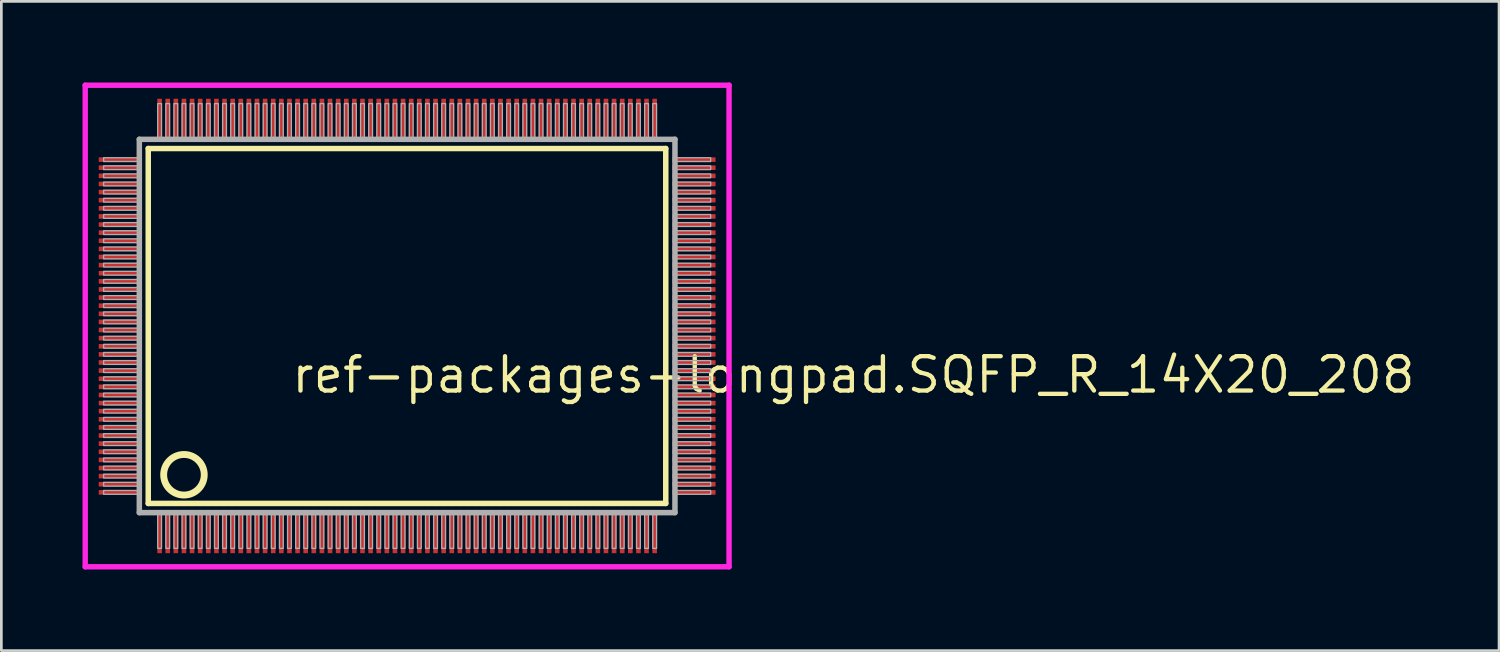
<source format=kicad_pcb>
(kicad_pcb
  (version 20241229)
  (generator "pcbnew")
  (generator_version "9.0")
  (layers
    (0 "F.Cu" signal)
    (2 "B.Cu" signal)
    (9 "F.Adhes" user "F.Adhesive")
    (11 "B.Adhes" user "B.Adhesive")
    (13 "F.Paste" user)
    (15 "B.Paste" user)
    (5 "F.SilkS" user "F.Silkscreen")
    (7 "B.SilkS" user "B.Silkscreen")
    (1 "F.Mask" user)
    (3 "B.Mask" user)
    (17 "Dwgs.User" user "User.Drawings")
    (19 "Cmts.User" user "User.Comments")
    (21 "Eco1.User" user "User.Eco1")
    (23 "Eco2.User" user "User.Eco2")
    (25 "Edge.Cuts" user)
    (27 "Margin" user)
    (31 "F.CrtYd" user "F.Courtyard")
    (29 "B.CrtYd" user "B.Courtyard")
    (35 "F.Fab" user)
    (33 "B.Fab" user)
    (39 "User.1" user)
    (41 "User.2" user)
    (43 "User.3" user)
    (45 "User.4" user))
  (footprint "ref-packages-longpad.SQFP_R_14X20_208"
    (layer "F.Cu")
    (at 12 9)
    (property "Reference" "ref-packages-longpad.SQFP_R_14X20_208" (at -4.35 2.55 0) (layer "F.SilkS") (effects (font (size 1.27 1.27) (thickness 0.16)) (justify left bottom)))
    (attr smd)
    (fp_line (start -9.57 -6.56) (end 9.56 -6.56) (stroke (width 0.203) (type default)) (layer "F.SilkS"))
    (fp_line (start -9.57 6.56) (end -9.57 -6.56) (stroke (width 0.203) (type default)) (layer "F.SilkS"))
    (fp_line (start 9.56 -6.56) (end 9.56 6.56) (stroke (width 0.203) (type default)) (layer "F.SilkS"))
    (fp_line (start 9.56 6.56) (end -9.57 6.56) (stroke (width 0.203) (type default)) (layer "F.SilkS"))
    (fp_circle (center -8.25 5.5) (end -7.5 5.5) (stroke (width 0.254) (type default)) (fill no) (layer "F.SilkS"))
    (fp_line (start -11.9 -8.9) (end 11.9 -8.9) (stroke (width 0.2) (type default)) (layer "F.CrtYd"))
    (fp_line (start -11.9 8.9) (end -11.9 -8.9) (stroke (width 0.2) (type default)) (layer "F.CrtYd"))
    (fp_line (start 11.9 -8.9) (end 11.9 8.9) (stroke (width 0.2) (type default)) (layer "F.CrtYd"))
    (fp_line (start 11.9 8.9) (end -11.9 8.9) (stroke (width 0.2) (type default)) (layer "F.CrtYd"))
    (fp_line (start -9.9 -6.9) (end -9.9 6.9) (stroke (width 0.203) (type default)) (layer "F.Fab"))
    (fp_line (start -9.9 6.9) (end 9.9 6.9) (stroke (width 0.203) (type default)) (layer "F.Fab"))
    (fp_line (start 9.9 -6.9) (end -9.9 -6.9) (stroke (width 0.203) (type default)) (layer "F.Fab"))
    (fp_line (start 9.9 6.9) (end 9.9 -6.9) (stroke (width 0.203) (type default)) (layer "F.Fab"))
    (fp_rect (start -11.22 -6.08) (end -9.95 -6.22) (stroke (width 0.05) (type default)) (fill no) (layer "F.Fab"))
    (fp_rect (start -11.22 -5.78) (end -9.95 -5.92) (stroke (width 0.05) (type default)) (fill no) (layer "F.Fab"))
    (fp_rect (start -11.22 -5.48) (end -9.95 -5.62) (stroke (width 0.05) (type default)) (fill no) (layer "F.Fab"))
    (fp_rect (start -11.22 -5.18) (end -9.95 -5.32) (stroke (width 0.05) (type default)) (fill no) (layer "F.Fab"))
    (fp_rect (start -11.22 -4.88) (end -9.95 -5.02) (stroke (width 0.05) (type default)) (fill no) (layer "F.Fab"))
    (fp_rect (start -11.22 -4.58) (end -9.95 -4.72) (stroke (width 0.05) (type default)) (fill no) (layer "F.Fab"))
    (fp_rect (start -11.22 -4.28) (end -9.95 -4.42) (stroke (width 0.05) (type default)) (fill no) (layer "F.Fab"))
    (fp_rect (start -11.22 -3.98) (end -9.95 -4.12) (stroke (width 0.05) (type default)) (fill no) (layer "F.Fab"))
    (fp_rect (start -11.22 -3.68) (end -9.95 -3.82) (stroke (width 0.05) (type default)) (fill no) (layer "F.Fab"))
    (fp_rect (start -11.22 -3.38) (end -9.95 -3.52) (stroke (width 0.05) (type default)) (fill no) (layer "F.Fab"))
    (fp_rect (start -11.22 -3.08) (end -9.95 -3.22) (stroke (width 0.05) (type default)) (fill no) (layer "F.Fab"))
    (fp_rect (start -11.22 -2.78) (end -9.95 -2.92) (stroke (width 0.05) (type default)) (fill no) (layer "F.Fab"))
    (fp_rect (start -11.22 -2.48) (end -9.95 -2.62) (stroke (width 0.05) (type default)) (fill no) (layer "F.Fab"))
    (fp_rect (start -11.22 -2.18) (end -9.95 -2.32) (stroke (width 0.05) (type default)) (fill no) (layer "F.Fab"))
    (fp_rect (start -11.22 -1.88) (end -9.95 -2.02) (stroke (width 0.05) (type default)) (fill no) (layer "F.Fab"))
    (fp_rect (start -11.22 -1.58) (end -9.95 -1.72) (stroke (width 0.05) (type default)) (fill no) (layer "F.Fab"))
    (fp_rect (start -11.22 -1.28) (end -9.95 -1.42) (stroke (width 0.05) (type default)) (fill no) (layer "F.Fab"))
    (fp_rect (start -11.22 -0.98) (end -9.95 -1.12) (stroke (width 0.05) (type default)) (fill no) (layer "F.Fab"))
    (fp_rect (start -11.22 -0.68) (end -9.95 -0.82) (stroke (width 0.05) (type default)) (fill no) (layer "F.Fab"))
    (fp_rect (start -11.22 -0.38) (end -9.95 -0.52) (stroke (width 0.05) (type default)) (fill no) (layer "F.Fab"))
    (fp_rect (start -11.22 -0.08) (end -9.95 -0.22) (stroke (width 0.05) (type default)) (fill no) (layer "F.Fab"))
    (fp_rect (start -11.22 0.22) (end -9.95 0.08) (stroke (width 0.05) (type default)) (fill no) (layer "F.Fab"))
    (fp_rect (start -11.22 0.52) (end -9.95 0.38) (stroke (width 0.05) (type default)) (fill no) (layer "F.Fab"))
    (fp_rect (start -11.22 0.82) (end -9.95 0.68) (stroke (width 0.05) (type default)) (fill no) (layer "F.Fab"))
    (fp_rect (start -11.22 1.12) (end -9.95 0.98) (stroke (width 0.05) (type default)) (fill no) (layer "F.Fab"))
    (fp_rect (start -11.22 1.42) (end -9.95 1.28) (stroke (width 0.05) (type default)) (fill no) (layer "F.Fab"))
    (fp_rect (start -11.22 1.72) (end -9.95 1.58) (stroke (width 0.05) (type default)) (fill no) (layer "F.Fab"))
    (fp_rect (start -11.22 2.02) (end -9.95 1.88) (stroke (width 0.05) (type default)) (fill no) (layer "F.Fab"))
    (fp_rect (start -11.22 2.32) (end -9.95 2.18) (stroke (width 0.05) (type default)) (fill no) (layer "F.Fab"))
    (fp_rect (start -11.22 2.62) (end -9.95 2.48) (stroke (width 0.05) (type default)) (fill no) (layer "F.Fab"))
    (fp_rect (start -11.22 2.92) (end -9.95 2.78) (stroke (width 0.05) (type default)) (fill no) (layer "F.Fab"))
    (fp_rect (start -11.22 3.22) (end -9.95 3.08) (stroke (width 0.05) (type default)) (fill no) (layer "F.Fab"))
    (fp_rect (start -11.22 3.52) (end -9.95 3.38) (stroke (width 0.05) (type default)) (fill no) (layer "F.Fab"))
    (fp_rect (start -11.22 3.82) (end -9.95 3.68) (stroke (width 0.05) (type default)) (fill no) (layer "F.Fab"))
    (fp_rect (start -11.22 4.12) (end -9.95 3.98) (stroke (width 0.05) (type default)) (fill no) (layer "F.Fab"))
    (fp_rect (start -11.22 4.42) (end -9.95 4.28) (stroke (width 0.05) (type default)) (fill no) (layer "F.Fab"))
    (fp_rect (start -11.22 4.72) (end -9.95 4.58) (stroke (width 0.05) (type default)) (fill no) (layer "F.Fab"))
    (fp_rect (start -11.22 5.02) (end -9.95 4.88) (stroke (width 0.05) (type default)) (fill no) (layer "F.Fab"))
    (fp_rect (start -11.22 5.32) (end -9.95 5.18) (stroke (width 0.05) (type default)) (fill no) (layer "F.Fab"))
    (fp_rect (start -11.22 5.62) (end -9.95 5.48) (stroke (width 0.05) (type default)) (fill no) (layer "F.Fab"))
    (fp_rect (start -11.22 5.92) (end -9.95 5.78) (stroke (width 0.05) (type default)) (fill no) (layer "F.Fab"))
    (fp_rect (start -11.22 6.22) (end -9.95 6.08) (stroke (width 0.05) (type default)) (fill no) (layer "F.Fab"))
    (fp_rect (start -9.22 -6.95) (end -9.08 -8.22) (stroke (width 0.05) (type default)) (fill no) (layer "F.Fab"))
    (fp_rect (start -9.22 8.22) (end -9.08 6.95) (stroke (width 0.05) (type default)) (fill no) (layer "F.Fab"))
    (fp_rect (start -8.92 -6.95) (end -8.78 -8.22) (stroke (width 0.05) (type default)) (fill no) (layer "F.Fab"))
    (fp_rect (start -8.92 8.22) (end -8.78 6.95) (stroke (width 0.05) (type default)) (fill no) (layer "F.Fab"))
    (fp_rect (start -8.62 -6.95) (end -8.48 -8.22) (stroke (width 0.05) (type default)) (fill no) (layer "F.Fab"))
    (fp_rect (start -8.62 8.22) (end -8.48 6.95) (stroke (width 0.05) (type default)) (fill no) (layer "F.Fab"))
    (fp_rect (start -8.32 -6.95) (end -8.18 -8.22) (stroke (width 0.05) (type default)) (fill no) (layer "F.Fab"))
    (fp_rect (start -8.32 8.22) (end -8.18 6.95) (stroke (width 0.05) (type default)) (fill no) (layer "F.Fab"))
    (fp_rect (start -8.02 -6.95) (end -7.88 -8.22) (stroke (width 0.05) (type default)) (fill no) (layer "F.Fab"))
    (fp_rect (start -8.02 8.22) (end -7.88 6.95) (stroke (width 0.05) (type default)) (fill no) (layer "F.Fab"))
    (fp_rect (start -7.72 -6.95) (end -7.58 -8.22) (stroke (width 0.05) (type default)) (fill no) (layer "F.Fab"))
    (fp_rect (start -7.72 8.22) (end -7.58 6.95) (stroke (width 0.05) (type default)) (fill no) (layer "F.Fab"))
    (fp_rect (start -7.42 -6.95) (end -7.28 -8.22) (stroke (width 0.05) (type default)) (fill no) (layer "F.Fab"))
    (fp_rect (start -7.42 8.22) (end -7.28 6.95) (stroke (width 0.05) (type default)) (fill no) (layer "F.Fab"))
    (fp_rect (start -7.12 -6.95) (end -6.98 -8.22) (stroke (width 0.05) (type default)) (fill no) (layer "F.Fab"))
    (fp_rect (start -7.12 8.22) (end -6.98 6.95) (stroke (width 0.05) (type default)) (fill no) (layer "F.Fab"))
    (fp_rect (start -6.82 -6.95) (end -6.68 -8.22) (stroke (width 0.05) (type default)) (fill no) (layer "F.Fab"))
    (fp_rect (start -6.82 8.22) (end -6.68 6.95) (stroke (width 0.05) (type default)) (fill no) (layer "F.Fab"))
    (fp_rect (start -6.52 -6.95) (end -6.38 -8.22) (stroke (width 0.05) (type default)) (fill no) (layer "F.Fab"))
    (fp_rect (start -6.52 8.22) (end -6.38 6.95) (stroke (width 0.05) (type default)) (fill no) (layer "F.Fab"))
    (fp_rect (start -6.22 -6.95) (end -6.08 -8.22) (stroke (width 0.05) (type default)) (fill no) (layer "F.Fab"))
    (fp_rect (start -6.22 8.22) (end -6.08 6.95) (stroke (width 0.05) (type default)) (fill no) (layer "F.Fab"))
    (fp_rect (start -5.92 -6.95) (end -5.78 -8.22) (stroke (width 0.05) (type default)) (fill no) (layer "F.Fab"))
    (fp_rect (start -5.92 8.22) (end -5.78 6.95) (stroke (width 0.05) (type default)) (fill no) (layer "F.Fab"))
    (fp_rect (start -5.62 -6.95) (end -5.48 -8.22) (stroke (width 0.05) (type default)) (fill no) (layer "F.Fab"))
    (fp_rect (start -5.62 8.22) (end -5.48 6.95) (stroke (width 0.05) (type default)) (fill no) (layer "F.Fab"))
    (fp_rect (start -5.32 -6.95) (end -5.18 -8.22) (stroke (width 0.05) (type default)) (fill no) (layer "F.Fab"))
    (fp_rect (start -5.32 8.22) (end -5.18 6.95) (stroke (width 0.05) (type default)) (fill no) (layer "F.Fab"))
    (fp_rect (start -5.02 -6.95) (end -4.88 -8.22) (stroke (width 0.05) (type default)) (fill no) (layer "F.Fab"))
    (fp_rect (start -5.02 8.22) (end -4.88 6.95) (stroke (width 0.05) (type default)) (fill no) (layer "F.Fab"))
    (fp_rect (start -4.72 -6.95) (end -4.58 -8.22) (stroke (width 0.05) (type default)) (fill no) (layer "F.Fab"))
    (fp_rect (start -4.72 8.22) (end -4.58 6.95) (stroke (width 0.05) (type default)) (fill no) (layer "F.Fab"))
    (fp_rect (start -4.42 -6.95) (end -4.28 -8.22) (stroke (width 0.05) (type default)) (fill no) (layer "F.Fab"))
    (fp_rect (start -4.42 8.22) (end -4.28 6.95) (stroke (width 0.05) (type default)) (fill no) (layer "F.Fab"))
    (fp_rect (start -4.12 -6.95) (end -3.98 -8.22) (stroke (width 0.05) (type default)) (fill no) (layer "F.Fab"))
    (fp_rect (start -4.12 8.22) (end -3.98 6.95) (stroke (width 0.05) (type default)) (fill no) (layer "F.Fab"))
    (fp_rect (start -3.82 -6.95) (end -3.68 -8.22) (stroke (width 0.05) (type default)) (fill no) (layer "F.Fab"))
    (fp_rect (start -3.82 8.22) (end -3.68 6.95) (stroke (width 0.05) (type default)) (fill no) (layer "F.Fab"))
    (fp_rect (start -3.52 -6.95) (end -3.38 -8.22) (stroke (width 0.05) (type default)) (fill no) (layer "F.Fab"))
    (fp_rect (start -3.52 8.22) (end -3.38 6.95) (stroke (width 0.05) (type default)) (fill no) (layer "F.Fab"))
    (fp_rect (start -3.22 -6.95) (end -3.08 -8.22) (stroke (width 0.05) (type default)) (fill no) (layer "F.Fab"))
    (fp_rect (start -3.22 8.22) (end -3.08 6.95) (stroke (width 0.05) (type default)) (fill no) (layer "F.Fab"))
    (fp_rect (start -2.92 -6.95) (end -2.78 -8.22) (stroke (width 0.05) (type default)) (fill no) (layer "F.Fab"))
    (fp_rect (start -2.92 8.22) (end -2.78 6.95) (stroke (width 0.05) (type default)) (fill no) (layer "F.Fab"))
    (fp_rect (start -2.62 -6.95) (end -2.48 -8.22) (stroke (width 0.05) (type default)) (fill no) (layer "F.Fab"))
    (fp_rect (start -2.62 8.22) (end -2.48 6.95) (stroke (width 0.05) (type default)) (fill no) (layer "F.Fab"))
    (fp_rect (start -2.32 -6.95) (end -2.18 -8.22) (stroke (width 0.05) (type default)) (fill no) (layer "F.Fab"))
    (fp_rect (start -2.32 8.22) (end -2.18 6.95) (stroke (width 0.05) (type default)) (fill no) (layer "F.Fab"))
    (fp_rect (start -2.02 -6.95) (end -1.88 -8.22) (stroke (width 0.05) (type default)) (fill no) (layer "F.Fab"))
    (fp_rect (start -2.02 8.22) (end -1.88 6.95) (stroke (width 0.05) (type default)) (fill no) (layer "F.Fab"))
    (fp_rect (start -1.72 -6.95) (end -1.58 -8.22) (stroke (width 0.05) (type default)) (fill no) (layer "F.Fab"))
    (fp_rect (start -1.72 8.22) (end -1.58 6.95) (stroke (width 0.05) (type default)) (fill no) (layer "F.Fab"))
    (fp_rect (start -1.42 -6.95) (end -1.28 -8.22) (stroke (width 0.05) (type default)) (fill no) (layer "F.Fab"))
    (fp_rect (start -1.42 8.22) (end -1.28 6.95) (stroke (width 0.05) (type default)) (fill no) (layer "F.Fab"))
    (fp_rect (start -1.12 -6.95) (end -0.98 -8.22) (stroke (width 0.05) (type default)) (fill no) (layer "F.Fab"))
    (fp_rect (start -1.12 8.22) (end -0.98 6.95) (stroke (width 0.05) (type default)) (fill no) (layer "F.Fab"))
    (fp_rect (start -0.82 -6.95) (end -0.68 -8.22) (stroke (width 0.05) (type default)) (fill no) (layer "F.Fab"))
    (fp_rect (start -0.82 8.22) (end -0.68 6.95) (stroke (width 0.05) (type default)) (fill no) (layer "F.Fab"))
    (fp_rect (start -0.52 -6.95) (end -0.38 -8.22) (stroke (width 0.05) (type default)) (fill no) (layer "F.Fab"))
    (fp_rect (start -0.52 8.22) (end -0.38 6.95) (stroke (width 0.05) (type default)) (fill no) (layer "F.Fab"))
    (fp_rect (start -0.22 -6.95) (end -0.08 -8.22) (stroke (width 0.05) (type default)) (fill no) (layer "F.Fab"))
    (fp_rect (start -0.22 8.22) (end -0.08 6.95) (stroke (width 0.05) (type default)) (fill no) (layer "F.Fab"))
    (fp_rect (start 0.08 -6.95) (end 0.22 -8.22) (stroke (width 0.05) (type default)) (fill no) (layer "F.Fab"))
    (fp_rect (start 0.08 8.22) (end 0.22 6.95) (stroke (width 0.05) (type default)) (fill no) (layer "F.Fab"))
    (fp_rect (start 0.38 -6.95) (end 0.52 -8.22) (stroke (width 0.05) (type default)) (fill no) (layer "F.Fab"))
    (fp_rect (start 0.38 8.22) (end 0.52 6.95) (stroke (width 0.05) (type default)) (fill no) (layer "F.Fab"))
    (fp_rect (start 0.68 -6.95) (end 0.82 -8.22) (stroke (width 0.05) (type default)) (fill no) (layer "F.Fab"))
    (fp_rect (start 0.68 8.22) (end 0.82 6.95) (stroke (width 0.05) (type default)) (fill no) (layer "F.Fab"))
    (fp_rect (start 0.98 -6.95) (end 1.12 -8.22) (stroke (width 0.05) (type default)) (fill no) (layer "F.Fab"))
    (fp_rect (start 0.98 8.22) (end 1.12 6.95) (stroke (width 0.05) (type default)) (fill no) (layer "F.Fab"))
    (fp_rect (start 1.28 -6.95) (end 1.42 -8.22) (stroke (width 0.05) (type default)) (fill no) (layer "F.Fab"))
    (fp_rect (start 1.28 8.22) (end 1.42 6.95) (stroke (width 0.05) (type default)) (fill no) (layer "F.Fab"))
    (fp_rect (start 1.58 -6.95) (end 1.72 -8.22) (stroke (width 0.05) (type default)) (fill no) (layer "F.Fab"))
    (fp_rect (start 1.58 8.22) (end 1.72 6.95) (stroke (width 0.05) (type default)) (fill no) (layer "F.Fab"))
    (fp_rect (start 1.88 -6.95) (end 2.02 -8.22) (stroke (width 0.05) (type default)) (fill no) (layer "F.Fab"))
    (fp_rect (start 1.88 8.22) (end 2.02 6.95) (stroke (width 0.05) (type default)) (fill no) (layer "F.Fab"))
    (fp_rect (start 2.18 -6.95) (end 2.32 -8.22) (stroke (width 0.05) (type default)) (fill no) (layer "F.Fab"))
    (fp_rect (start 2.18 8.22) (end 2.32 6.95) (stroke (width 0.05) (type default)) (fill no) (layer "F.Fab"))
    (fp_rect (start 2.48 -6.95) (end 2.62 -8.22) (stroke (width 0.05) (type default)) (fill no) (layer "F.Fab"))
    (fp_rect (start 2.48 8.22) (end 2.62 6.95) (stroke (width 0.05) (type default)) (fill no) (layer "F.Fab"))
    (fp_rect (start 2.78 -6.95) (end 2.92 -8.22) (stroke (width 0.05) (type default)) (fill no) (layer "F.Fab"))
    (fp_rect (start 2.78 8.22) (end 2.92 6.95) (stroke (width 0.05) (type default)) (fill no) (layer "F.Fab"))
    (fp_rect (start 3.08 -6.95) (end 3.22 -8.22) (stroke (width 0.05) (type default)) (fill no) (layer "F.Fab"))
    (fp_rect (start 3.08 8.22) (end 3.22 6.95) (stroke (width 0.05) (type default)) (fill no) (layer "F.Fab"))
    (fp_rect (start 3.38 -6.95) (end 3.52 -8.22) (stroke (width 0.05) (type default)) (fill no) (layer "F.Fab"))
    (fp_rect (start 3.38 8.22) (end 3.52 6.95) (stroke (width 0.05) (type default)) (fill no) (layer "F.Fab"))
    (fp_rect (start 3.68 -6.95) (end 3.82 -8.22) (stroke (width 0.05) (type default)) (fill no) (layer "F.Fab"))
    (fp_rect (start 3.68 8.22) (end 3.82 6.95) (stroke (width 0.05) (type default)) (fill no) (layer "F.Fab"))
    (fp_rect (start 3.98 -6.95) (end 4.12 -8.22) (stroke (width 0.05) (type default)) (fill no) (layer "F.Fab"))
    (fp_rect (start 3.98 8.22) (end 4.12 6.95) (stroke (width 0.05) (type default)) (fill no) (layer "F.Fab"))
    (fp_rect (start 4.28 -6.95) (end 4.42 -8.22) (stroke (width 0.05) (type default)) (fill no) (layer "F.Fab"))
    (fp_rect (start 4.28 8.22) (end 4.42 6.95) (stroke (width 0.05) (type default)) (fill no) (layer "F.Fab"))
    (fp_rect (start 4.58 -6.95) (end 4.72 -8.22) (stroke (width 0.05) (type default)) (fill no) (layer "F.Fab"))
    (fp_rect (start 4.58 8.22) (end 4.72 6.95) (stroke (width 0.05) (type default)) (fill no) (layer "F.Fab"))
    (fp_rect (start 4.88 -6.95) (end 5.02 -8.22) (stroke (width 0.05) (type default)) (fill no) (layer "F.Fab"))
    (fp_rect (start 4.88 8.22) (end 5.02 6.95) (stroke (width 0.05) (type default)) (fill no) (layer "F.Fab"))
    (fp_rect (start 5.18 -6.95) (end 5.32 -8.22) (stroke (width 0.05) (type default)) (fill no) (layer "F.Fab"))
    (fp_rect (start 5.18 8.22) (end 5.32 6.95) (stroke (width 0.05) (type default)) (fill no) (layer "F.Fab"))
    (fp_rect (start 5.48 -6.95) (end 5.62 -8.22) (stroke (width 0.05) (type default)) (fill no) (layer "F.Fab"))
    (fp_rect (start 5.48 8.22) (end 5.62 6.95) (stroke (width 0.05) (type default)) (fill no) (layer "F.Fab"))
    (fp_rect (start 5.78 -6.95) (end 5.92 -8.22) (stroke (width 0.05) (type default)) (fill no) (layer "F.Fab"))
    (fp_rect (start 5.78 8.22) (end 5.92 6.95) (stroke (width 0.05) (type default)) (fill no) (layer "F.Fab"))
    (fp_rect (start 6.08 -6.95) (end 6.22 -8.22) (stroke (width 0.05) (type default)) (fill no) (layer "F.Fab"))
    (fp_rect (start 6.08 8.22) (end 6.22 6.95) (stroke (width 0.05) (type default)) (fill no) (layer "F.Fab"))
    (fp_rect (start 6.38 -6.95) (end 6.52 -8.22) (stroke (width 0.05) (type default)) (fill no) (layer "F.Fab"))
    (fp_rect (start 6.38 8.22) (end 6.52 6.95) (stroke (width 0.05) (type default)) (fill no) (layer "F.Fab"))
    (fp_rect (start 6.68 -6.95) (end 6.82 -8.22) (stroke (width 0.05) (type default)) (fill no) (layer "F.Fab"))
    (fp_rect (start 6.68 8.22) (end 6.82 6.95) (stroke (width 0.05) (type default)) (fill no) (layer "F.Fab"))
    (fp_rect (start 6.98 -6.95) (end 7.12 -8.22) (stroke (width 0.05) (type default)) (fill no) (layer "F.Fab"))
    (fp_rect (start 6.98 8.22) (end 7.12 6.95) (stroke (width 0.05) (type default)) (fill no) (layer "F.Fab"))
    (fp_rect (start 7.28 -6.95) (end 7.42 -8.22) (stroke (width 0.05) (type default)) (fill no) (layer "F.Fab"))
    (fp_rect (start 7.28 8.22) (end 7.42 6.95) (stroke (width 0.05) (type default)) (fill no) (layer "F.Fab"))
    (fp_rect (start 7.58 -6.95) (end 7.72 -8.22) (stroke (width 0.05) (type default)) (fill no) (layer "F.Fab"))
    (fp_rect (start 7.58 8.22) (end 7.72 6.95) (stroke (width 0.05) (type default)) (fill no) (layer "F.Fab"))
    (fp_rect (start 7.88 -6.95) (end 8.02 -8.22) (stroke (width 0.05) (type default)) (fill no) (layer "F.Fab"))
    (fp_rect (start 7.88 8.22) (end 8.02 6.95) (stroke (width 0.05) (type default)) (fill no) (layer "F.Fab"))
    (fp_rect (start 8.18 -6.95) (end 8.32 -8.22) (stroke (width 0.05) (type default)) (fill no) (layer "F.Fab"))
    (fp_rect (start 8.18 8.22) (end 8.32 6.95) (stroke (width 0.05) (type default)) (fill no) (layer "F.Fab"))
    (fp_rect (start 8.48 -6.95) (end 8.62 -8.22) (stroke (width 0.05) (type default)) (fill no) (layer "F.Fab"))
    (fp_rect (start 8.48 8.22) (end 8.62 6.95) (stroke (width 0.05) (type default)) (fill no) (layer "F.Fab"))
    (fp_rect (start 8.78 -6.95) (end 8.92 -8.22) (stroke (width 0.05) (type default)) (fill no) (layer "F.Fab"))
    (fp_rect (start 8.78 8.22) (end 8.92 6.95) (stroke (width 0.05) (type default)) (fill no) (layer "F.Fab"))
    (fp_rect (start 9.08 -6.95) (end 9.22 -8.22) (stroke (width 0.05) (type default)) (fill no) (layer "F.Fab"))
    (fp_rect (start 9.08 8.22) (end 9.22 6.95) (stroke (width 0.05) (type default)) (fill no) (layer "F.Fab"))
    (fp_rect (start 9.95 -6.08) (end 11.22 -6.22) (stroke (width 0.05) (type default)) (fill no) (layer "F.Fab"))
    (fp_rect (start 9.95 -5.78) (end 11.22 -5.92) (stroke (width 0.05) (type default)) (fill no) (layer "F.Fab"))
    (fp_rect (start 9.95 -5.48) (end 11.22 -5.62) (stroke (width 0.05) (type default)) (fill no) (layer "F.Fab"))
    (fp_rect (start 9.95 -5.18) (end 11.22 -5.32) (stroke (width 0.05) (type default)) (fill no) (layer "F.Fab"))
    (fp_rect (start 9.95 -4.88) (end 11.22 -5.02) (stroke (width 0.05) (type default)) (fill no) (layer "F.Fab"))
    (fp_rect (start 9.95 -4.58) (end 11.22 -4.72) (stroke (width 0.05) (type default)) (fill no) (layer "F.Fab"))
    (fp_rect (start 9.95 -4.28) (end 11.22 -4.42) (stroke (width 0.05) (type default)) (fill no) (layer "F.Fab"))
    (fp_rect (start 9.95 -3.98) (end 11.22 -4.12) (stroke (width 0.05) (type default)) (fill no) (layer "F.Fab"))
    (fp_rect (start 9.95 -3.68) (end 11.22 -3.82) (stroke (width 0.05) (type default)) (fill no) (layer "F.Fab"))
    (fp_rect (start 9.95 -3.38) (end 11.22 -3.52) (stroke (width 0.05) (type default)) (fill no) (layer "F.Fab"))
    (fp_rect (start 9.95 -3.08) (end 11.22 -3.22) (stroke (width 0.05) (type default)) (fill no) (layer "F.Fab"))
    (fp_rect (start 9.95 -2.78) (end 11.22 -2.92) (stroke (width 0.05) (type default)) (fill no) (layer "F.Fab"))
    (fp_rect (start 9.95 -2.48) (end 11.22 -2.62) (stroke (width 0.05) (type default)) (fill no) (layer "F.Fab"))
    (fp_rect (start 9.95 -2.18) (end 11.22 -2.32) (stroke (width 0.05) (type default)) (fill no) (layer "F.Fab"))
    (fp_rect (start 9.95 -1.88) (end 11.22 -2.02) (stroke (width 0.05) (type default)) (fill no) (layer "F.Fab"))
    (fp_rect (start 9.95 -1.58) (end 11.22 -1.72) (stroke (width 0.05) (type default)) (fill no) (layer "F.Fab"))
    (fp_rect (start 9.95 -1.28) (end 11.22 -1.42) (stroke (width 0.05) (type default)) (fill no) (layer "F.Fab"))
    (fp_rect (start 9.95 -0.98) (end 11.22 -1.12) (stroke (width 0.05) (type default)) (fill no) (layer "F.Fab"))
    (fp_rect (start 9.95 -0.68) (end 11.22 -0.82) (stroke (width 0.05) (type default)) (fill no) (layer "F.Fab"))
    (fp_rect (start 9.95 -0.38) (end 11.22 -0.52) (stroke (width 0.05) (type default)) (fill no) (layer "F.Fab"))
    (fp_rect (start 9.95 -0.08) (end 11.22 -0.22) (stroke (width 0.05) (type default)) (fill no) (layer "F.Fab"))
    (fp_rect (start 9.95 0.22) (end 11.22 0.08) (stroke (width 0.05) (type default)) (fill no) (layer "F.Fab"))
    (fp_rect (start 9.95 0.52) (end 11.22 0.38) (stroke (width 0.05) (type default)) (fill no) (layer "F.Fab"))
    (fp_rect (start 9.95 0.82) (end 11.22 0.68) (stroke (width 0.05) (type default)) (fill no) (layer "F.Fab"))
    (fp_rect (start 9.95 1.12) (end 11.22 0.98) (stroke (width 0.05) (type default)) (fill no) (layer "F.Fab"))
    (fp_rect (start 9.95 1.42) (end 11.22 1.28) (stroke (width 0.05) (type default)) (fill no) (layer "F.Fab"))
    (fp_rect (start 9.95 1.72) (end 11.22 1.58) (stroke (width 0.05) (type default)) (fill no) (layer "F.Fab"))
    (fp_rect (start 9.95 2.02) (end 11.22 1.88) (stroke (width 0.05) (type default)) (fill no) (layer "F.Fab"))
    (fp_rect (start 9.95 2.32) (end 11.22 2.18) (stroke (width 0.05) (type default)) (fill no) (layer "F.Fab"))
    (fp_rect (start 9.95 2.62) (end 11.22 2.48) (stroke (width 0.05) (type default)) (fill no) (layer "F.Fab"))
    (fp_rect (start 9.95 2.92) (end 11.22 2.78) (stroke (width 0.05) (type default)) (fill no) (layer "F.Fab"))
    (fp_rect (start 9.95 3.22) (end 11.22 3.08) (stroke (width 0.05) (type default)) (fill no) (layer "F.Fab"))
    (fp_rect (start 9.95 3.52) (end 11.22 3.38) (stroke (width 0.05) (type default)) (fill no) (layer "F.Fab"))
    (fp_rect (start 9.95 3.82) (end 11.22 3.68) (stroke (width 0.05) (type default)) (fill no) (layer "F.Fab"))
    (fp_rect (start 9.95 4.12) (end 11.22 3.98) (stroke (width 0.05) (type default)) (fill no) (layer "F.Fab"))
    (fp_rect (start 9.95 4.42) (end 11.22 4.28) (stroke (width 0.05) (type default)) (fill no) (layer "F.Fab"))
    (fp_rect (start 9.95 4.72) (end 11.22 4.58) (stroke (width 0.05) (type default)) (fill no) (layer "F.Fab"))
    (fp_rect (start 9.95 5.02) (end 11.22 4.88) (stroke (width 0.05) (type default)) (fill no) (layer "F.Fab"))
    (fp_rect (start 9.95 5.32) (end 11.22 5.18) (stroke (width 0.05) (type default)) (fill no) (layer "F.Fab"))
    (fp_rect (start 9.95 5.62) (end 11.22 5.48) (stroke (width 0.05) (type default)) (fill no) (layer "F.Fab"))
    (fp_rect (start 9.95 5.92) (end 11.22 5.78) (stroke (width 0.05) (type default)) (fill no) (layer "F.Fab"))
    (fp_rect (start 9.95 6.22) (end 11.22 6.08) (stroke (width 0.05) (type default)) (fill no) (layer "F.Fab"))
    (pad "1" smd roundrect (at -9.15 7.6) (size 0.17 1.6) (layers "F.Cu" "F.Mask" "F.Paste") (roundrect_rratio 0.01))
    (pad "2" smd roundrect (at -8.85 7.6) (size 0.17 1.6) (layers "F.Cu" "F.Mask" "F.Paste") (roundrect_rratio 0.01))
    (pad "3" smd roundrect (at -8.55 7.6) (size 0.17 1.6) (layers "F.Cu" "F.Mask" "F.Paste") (roundrect_rratio 0.01))
    (pad "4" smd roundrect (at -8.25 7.6) (size 0.17 1.6) (layers "F.Cu" "F.Mask" "F.Paste") (roundrect_rratio 0.01))
    (pad "5" smd roundrect (at -7.95 7.6) (size 0.17 1.6) (layers "F.Cu" "F.Mask" "F.Paste") (roundrect_rratio 0.01))
    (pad "6" smd roundrect (at -7.65 7.6) (size 0.17 1.6) (layers "F.Cu" "F.Mask" "F.Paste") (roundrect_rratio 0.01))
    (pad "7" smd roundrect (at -7.35 7.6) (size 0.17 1.6) (layers "F.Cu" "F.Mask" "F.Paste") (roundrect_rratio 0.01))
    (pad "8" smd roundrect (at -7.05 7.6) (size 0.17 1.6) (layers "F.Cu" "F.Mask" "F.Paste") (roundrect_rratio 0.01))
    (pad "9" smd roundrect (at -6.75 7.6) (size 0.17 1.6) (layers "F.Cu" "F.Mask" "F.Paste") (roundrect_rratio 0.01))
    (pad "10" smd roundrect (at -6.45 7.6) (size 0.17 1.6) (layers "F.Cu" "F.Mask" "F.Paste") (roundrect_rratio 0.01))
    (pad "11" smd roundrect (at -6.15 7.6) (size 0.17 1.6) (layers "F.Cu" "F.Mask" "F.Paste") (roundrect_rratio 0.01))
    (pad "12" smd roundrect (at -5.85 7.6) (size 0.17 1.6) (layers "F.Cu" "F.Mask" "F.Paste") (roundrect_rratio 0.01))
    (pad "13" smd roundrect (at -5.55 7.6) (size 0.17 1.6) (layers "F.Cu" "F.Mask" "F.Paste") (roundrect_rratio 0.01))
    (pad "14" smd roundrect (at -5.25 7.6) (size 0.17 1.6) (layers "F.Cu" "F.Mask" "F.Paste") (roundrect_rratio 0.01))
    (pad "15" smd roundrect (at -4.95 7.6) (size 0.17 1.6) (layers "F.Cu" "F.Mask" "F.Paste") (roundrect_rratio 0.01))
    (pad "16" smd roundrect (at -4.65 7.6) (size 0.17 1.6) (layers "F.Cu" "F.Mask" "F.Paste") (roundrect_rratio 0.01))
    (pad "17" smd roundrect (at -4.35 7.6) (size 0.17 1.6) (layers "F.Cu" "F.Mask" "F.Paste") (roundrect_rratio 0.01))
    (pad "18" smd roundrect (at -4.05 7.6) (size 0.17 1.6) (layers "F.Cu" "F.Mask" "F.Paste") (roundrect_rratio 0.01))
    (pad "19" smd roundrect (at -3.75 7.6) (size 0.17 1.6) (layers "F.Cu" "F.Mask" "F.Paste") (roundrect_rratio 0.01))
    (pad "20" smd roundrect (at -3.45 7.6) (size 0.17 1.6) (layers "F.Cu" "F.Mask" "F.Paste") (roundrect_rratio 0.01))
    (pad "21" smd roundrect (at -3.15 7.6) (size 0.17 1.6) (layers "F.Cu" "F.Mask" "F.Paste") (roundrect_rratio 0.01))
    (pad "22" smd roundrect (at -2.85 7.6) (size 0.17 1.6) (layers "F.Cu" "F.Mask" "F.Paste") (roundrect_rratio 0.01))
    (pad "23" smd roundrect (at -2.55 7.6) (size 0.17 1.6) (layers "F.Cu" "F.Mask" "F.Paste") (roundrect_rratio 0.01))
    (pad "24" smd roundrect (at -2.25 7.6) (size 0.17 1.6) (layers "F.Cu" "F.Mask" "F.Paste") (roundrect_rratio 0.01))
    (pad "25" smd roundrect (at -1.95 7.6) (size 0.17 1.6) (layers "F.Cu" "F.Mask" "F.Paste") (roundrect_rratio 0.01))
    (pad "26" smd roundrect (at -1.65 7.6) (size 0.17 1.6) (layers "F.Cu" "F.Mask" "F.Paste") (roundrect_rratio 0.01))
    (pad "27" smd roundrect (at -1.35 7.6) (size 0.17 1.6) (layers "F.Cu" "F.Mask" "F.Paste") (roundrect_rratio 0.01))
    (pad "28" smd roundrect (at -1.05 7.6) (size 0.17 1.6) (layers "F.Cu" "F.Mask" "F.Paste") (roundrect_rratio 0.01))
    (pad "29" smd roundrect (at -0.75 7.6) (size 0.17 1.6) (layers "F.Cu" "F.Mask" "F.Paste") (roundrect_rratio 0.01))
    (pad "30" smd roundrect (at -0.45 7.6) (size 0.17 1.6) (layers "F.Cu" "F.Mask" "F.Paste") (roundrect_rratio 0.01))
    (pad "31" smd roundrect (at -0.15 7.6) (size 0.17 1.6) (layers "F.Cu" "F.Mask" "F.Paste") (roundrect_rratio 0.01))
    (pad "32" smd roundrect (at 0.15 7.6) (size 0.17 1.6) (layers "F.Cu" "F.Mask" "F.Paste") (roundrect_rratio 0.01))
    (pad "33" smd roundrect (at 0.45 7.6) (size 0.17 1.6) (layers "F.Cu" "F.Mask" "F.Paste") (roundrect_rratio 0.01))
    (pad "34" smd roundrect (at 0.75 7.6) (size 0.17 1.6) (layers "F.Cu" "F.Mask" "F.Paste") (roundrect_rratio 0.01))
    (pad "35" smd roundrect (at 1.05 7.6) (size 0.17 1.6) (layers "F.Cu" "F.Mask" "F.Paste") (roundrect_rratio 0.01))
    (pad "36" smd roundrect (at 1.35 7.6) (size 0.17 1.6) (layers "F.Cu" "F.Mask" "F.Paste") (roundrect_rratio 0.01))
    (pad "37" smd roundrect (at 1.65 7.6) (size 0.17 1.6) (layers "F.Cu" "F.Mask" "F.Paste") (roundrect_rratio 0.01))
    (pad "38" smd roundrect (at 1.95 7.6) (size 0.17 1.6) (layers "F.Cu" "F.Mask" "F.Paste") (roundrect_rratio 0.01))
    (pad "39" smd roundrect (at 2.25 7.6) (size 0.17 1.6) (layers "F.Cu" "F.Mask" "F.Paste") (roundrect_rratio 0.01))
    (pad "40" smd roundrect (at 2.55 7.6) (size 0.17 1.6) (layers "F.Cu" "F.Mask" "F.Paste") (roundrect_rratio 0.01))
    (pad "41" smd roundrect (at 2.85 7.6) (size 0.17 1.6) (layers "F.Cu" "F.Mask" "F.Paste") (roundrect_rratio 0.01))
    (pad "42" smd roundrect (at 3.15 7.6) (size 0.17 1.6) (layers "F.Cu" "F.Mask" "F.Paste") (roundrect_rratio 0.01))
    (pad "43" smd roundrect (at 3.45 7.6) (size 0.17 1.6) (layers "F.Cu" "F.Mask" "F.Paste") (roundrect_rratio 0.01))
    (pad "44" smd roundrect (at 3.75 7.6) (size 0.17 1.6) (layers "F.Cu" "F.Mask" "F.Paste") (roundrect_rratio 0.01))
    (pad "45" smd roundrect (at 4.05 7.6) (size 0.17 1.6) (layers "F.Cu" "F.Mask" "F.Paste") (roundrect_rratio 0.01))
    (pad "46" smd roundrect (at 4.35 7.6) (size 0.17 1.6) (layers "F.Cu" "F.Mask" "F.Paste") (roundrect_rratio 0.01))
    (pad "47" smd roundrect (at 4.65 7.6) (size 0.17 1.6) (layers "F.Cu" "F.Mask" "F.Paste") (roundrect_rratio 0.01))
    (pad "48" smd roundrect (at 4.95 7.6) (size 0.17 1.6) (layers "F.Cu" "F.Mask" "F.Paste") (roundrect_rratio 0.01))
    (pad "49" smd roundrect (at 5.25 7.6) (size 0.17 1.6) (layers "F.Cu" "F.Mask" "F.Paste") (roundrect_rratio 0.01))
    (pad "50" smd roundrect (at 5.55 7.6) (size 0.17 1.6) (layers "F.Cu" "F.Mask" "F.Paste") (roundrect_rratio 0.01))
    (pad "51" smd roundrect (at 5.85 7.6) (size 0.17 1.6) (layers "F.Cu" "F.Mask" "F.Paste") (roundrect_rratio 0.01))
    (pad "52" smd roundrect (at 6.15 7.6) (size 0.17 1.6) (layers "F.Cu" "F.Mask" "F.Paste") (roundrect_rratio 0.01))
    (pad "53" smd roundrect (at 6.45 7.6) (size 0.17 1.6) (layers "F.Cu" "F.Mask" "F.Paste") (roundrect_rratio 0.01))
    (pad "54" smd roundrect (at 6.75 7.6) (size 0.17 1.6) (layers "F.Cu" "F.Mask" "F.Paste") (roundrect_rratio 0.01))
    (pad "55" smd roundrect (at 7.05 7.6) (size 0.17 1.6) (layers "F.Cu" "F.Mask" "F.Paste") (roundrect_rratio 0.01))
    (pad "56" smd roundrect (at 7.35 7.6) (size 0.17 1.6) (layers "F.Cu" "F.Mask" "F.Paste") (roundrect_rratio 0.01))
    (pad "57" smd roundrect (at 7.65 7.6) (size 0.17 1.6) (layers "F.Cu" "F.Mask" "F.Paste") (roundrect_rratio 0.01))
    (pad "58" smd roundrect (at 7.95 7.6) (size 0.17 1.6) (layers "F.Cu" "F.Mask" "F.Paste") (roundrect_rratio 0.01))
    (pad "59" smd roundrect (at 8.25 7.6) (size 0.17 1.6) (layers "F.Cu" "F.Mask" "F.Paste") (roundrect_rratio 0.01))
    (pad "60" smd roundrect (at 8.55 7.6) (size 0.17 1.6) (layers "F.Cu" "F.Mask" "F.Paste") (roundrect_rratio 0.01))
    (pad "61" smd roundrect (at 8.85 7.6) (size 0.17 1.6) (layers "F.Cu" "F.Mask" "F.Paste") (roundrect_rratio 0.01))
    (pad "62" smd roundrect (at 9.15 7.6) (size 0.17 1.6) (layers "F.Cu" "F.Mask" "F.Paste") (roundrect_rratio 0.01))
    (pad "63" smd roundrect (at 10.6 6.15) (size 1.6 0.17) (layers "F.Cu" "F.Mask" "F.Paste") (roundrect_rratio 0.01))
    (pad "64" smd roundrect (at 10.6 5.85) (size 1.6 0.17) (layers "F.Cu" "F.Mask" "F.Paste") (roundrect_rratio 0.01))
    (pad "65" smd roundrect (at 10.6 5.55) (size 1.6 0.17) (layers "F.Cu" "F.Mask" "F.Paste") (roundrect_rratio 0.01))
    (pad "66" smd roundrect (at 10.6 5.25) (size 1.6 0.17) (layers "F.Cu" "F.Mask" "F.Paste") (roundrect_rratio 0.01))
    (pad "67" smd roundrect (at 10.6 4.95) (size 1.6 0.17) (layers "F.Cu" "F.Mask" "F.Paste") (roundrect_rratio 0.01))
    (pad "68" smd roundrect (at 10.6 4.65) (size 1.6 0.17) (layers "F.Cu" "F.Mask" "F.Paste") (roundrect_rratio 0.01))
    (pad "69" smd roundrect (at 10.6 4.35) (size 1.6 0.17) (layers "F.Cu" "F.Mask" "F.Paste") (roundrect_rratio 0.01))
    (pad "70" smd roundrect (at 10.6 4.05) (size 1.6 0.17) (layers "F.Cu" "F.Mask" "F.Paste") (roundrect_rratio 0.01))
    (pad "71" smd roundrect (at 10.6 3.75) (size 1.6 0.17) (layers "F.Cu" "F.Mask" "F.Paste") (roundrect_rratio 0.01))
    (pad "72" smd roundrect (at 10.6 3.45) (size 1.6 0.17) (layers "F.Cu" "F.Mask" "F.Paste") (roundrect_rratio 0.01))
    (pad "73" smd roundrect (at 10.6 3.15) (size 1.6 0.17) (layers "F.Cu" "F.Mask" "F.Paste") (roundrect_rratio 0.01))
    (pad "74" smd roundrect (at 10.6 2.85) (size 1.6 0.17) (layers "F.Cu" "F.Mask" "F.Paste") (roundrect_rratio 0.01))
    (pad "75" smd roundrect (at 10.6 2.55) (size 1.6 0.17) (layers "F.Cu" "F.Mask" "F.Paste") (roundrect_rratio 0.01))
    (pad "76" smd roundrect (at 10.6 2.25) (size 1.6 0.17) (layers "F.Cu" "F.Mask" "F.Paste") (roundrect_rratio 0.01))
    (pad "77" smd roundrect (at 10.6 1.95) (size 1.6 0.17) (layers "F.Cu" "F.Mask" "F.Paste") (roundrect_rratio 0.01))
    (pad "78" smd roundrect (at 10.6 1.65) (size 1.6 0.17) (layers "F.Cu" "F.Mask" "F.Paste") (roundrect_rratio 0.01))
    (pad "79" smd roundrect (at 10.6 1.35) (size 1.6 0.17) (layers "F.Cu" "F.Mask" "F.Paste") (roundrect_rratio 0.01))
    (pad "80" smd roundrect (at 10.6 1.05) (size 1.6 0.17) (layers "F.Cu" "F.Mask" "F.Paste") (roundrect_rratio 0.01))
    (pad "81" smd roundrect (at 10.6 0.75) (size 1.6 0.17) (layers "F.Cu" "F.Mask" "F.Paste") (roundrect_rratio 0.01))
    (pad "82" smd roundrect (at 10.6 0.45) (size 1.6 0.17) (layers "F.Cu" "F.Mask" "F.Paste") (roundrect_rratio 0.01))
    (pad "83" smd roundrect (at 10.6 0.15) (size 1.6 0.17) (layers "F.Cu" "F.Mask" "F.Paste") (roundrect_rratio 0.01))
    (pad "84" smd roundrect (at 10.6 -0.15) (size 1.6 0.17) (layers "F.Cu" "F.Mask" "F.Paste") (roundrect_rratio 0.01))
    (pad "85" smd roundrect (at 10.6 -0.45) (size 1.6 0.17) (layers "F.Cu" "F.Mask" "F.Paste") (roundrect_rratio 0.01))
    (pad "86" smd roundrect (at 10.6 -0.75) (size 1.6 0.17) (layers "F.Cu" "F.Mask" "F.Paste") (roundrect_rratio 0.01))
    (pad "87" smd roundrect (at 10.6 -1.05) (size 1.6 0.17) (layers "F.Cu" "F.Mask" "F.Paste") (roundrect_rratio 0.01))
    (pad "88" smd roundrect (at 10.6 -1.35) (size 1.6 0.17) (layers "F.Cu" "F.Mask" "F.Paste") (roundrect_rratio 0.01))
    (pad "89" smd roundrect (at 10.6 -1.65) (size 1.6 0.17) (layers "F.Cu" "F.Mask" "F.Paste") (roundrect_rratio 0.01))
    (pad "90" smd roundrect (at 10.6 -1.95) (size 1.6 0.17) (layers "F.Cu" "F.Mask" "F.Paste") (roundrect_rratio 0.01))
    (pad "91" smd roundrect (at 10.6 -2.25) (size 1.6 0.17) (layers "F.Cu" "F.Mask" "F.Paste") (roundrect_rratio 0.01))
    (pad "92" smd roundrect (at 10.6 -2.55) (size 1.6 0.17) (layers "F.Cu" "F.Mask" "F.Paste") (roundrect_rratio 0.01))
    (pad "93" smd roundrect (at 10.6 -2.85) (size 1.6 0.17) (layers "F.Cu" "F.Mask" "F.Paste") (roundrect_rratio 0.01))
    (pad "94" smd roundrect (at 10.6 -3.15) (size 1.6 0.17) (layers "F.Cu" "F.Mask" "F.Paste") (roundrect_rratio 0.01))
    (pad "95" smd roundrect (at 10.6 -3.45) (size 1.6 0.17) (layers "F.Cu" "F.Mask" "F.Paste") (roundrect_rratio 0.01))
    (pad "96" smd roundrect (at 10.6 -3.75) (size 1.6 0.17) (layers "F.Cu" "F.Mask" "F.Paste") (roundrect_rratio 0.01))
    (pad "97" smd roundrect (at 10.6 -4.05) (size 1.6 0.17) (layers "F.Cu" "F.Mask" "F.Paste") (roundrect_rratio 0.01))
    (pad "98" smd roundrect (at 10.6 -4.35) (size 1.6 0.17) (layers "F.Cu" "F.Mask" "F.Paste") (roundrect_rratio 0.01))
    (pad "99" smd roundrect (at 10.6 -4.65) (size 1.6 0.17) (layers "F.Cu" "F.Mask" "F.Paste") (roundrect_rratio 0.01))
    (pad "100" smd roundrect (at 10.6 -4.95) (size 1.6 0.17) (layers "F.Cu" "F.Mask" "F.Paste") (roundrect_rratio 0.01))
    (pad "101" smd roundrect (at 10.6 -5.25) (size 1.6 0.17) (layers "F.Cu" "F.Mask" "F.Paste") (roundrect_rratio 0.01))
    (pad "102" smd roundrect (at 10.6 -5.55) (size 1.6 0.17) (layers "F.Cu" "F.Mask" "F.Paste") (roundrect_rratio 0.01))
    (pad "103" smd roundrect (at 10.6 -5.85) (size 1.6 0.17) (layers "F.Cu" "F.Mask" "F.Paste") (roundrect_rratio 0.01))
    (pad "104" smd roundrect (at 10.6 -6.15) (size 1.6 0.17) (layers "F.Cu" "F.Mask" "F.Paste") (roundrect_rratio 0.01))
    (pad "105" smd roundrect (at 9.15 -7.6) (size 0.17 1.6) (layers "F.Cu" "F.Mask" "F.Paste") (roundrect_rratio 0.01))
    (pad "106" smd roundrect (at 8.85 -7.6) (size 0.17 1.6) (layers "F.Cu" "F.Mask" "F.Paste") (roundrect_rratio 0.01))
    (pad "107" smd roundrect (at 8.55 -7.6) (size 0.17 1.6) (layers "F.Cu" "F.Mask" "F.Paste") (roundrect_rratio 0.01))
    (pad "108" smd roundrect (at 8.25 -7.6) (size 0.17 1.6) (layers "F.Cu" "F.Mask" "F.Paste") (roundrect_rratio 0.01))
    (pad "109" smd roundrect (at 7.95 -7.6) (size 0.17 1.6) (layers "F.Cu" "F.Mask" "F.Paste") (roundrect_rratio 0.01))
    (pad "110" smd roundrect (at 7.65 -7.6) (size 0.17 1.6) (layers "F.Cu" "F.Mask" "F.Paste") (roundrect_rratio 0.01))
    (pad "111" smd roundrect (at 7.35 -7.6) (size 0.17 1.6) (layers "F.Cu" "F.Mask" "F.Paste") (roundrect_rratio 0.01))
    (pad "112" smd roundrect (at 7.05 -7.6) (size 0.17 1.6) (layers "F.Cu" "F.Mask" "F.Paste") (roundrect_rratio 0.01))
    (pad "113" smd roundrect (at 6.75 -7.6) (size 0.17 1.6) (layers "F.Cu" "F.Mask" "F.Paste") (roundrect_rratio 0.01))
    (pad "114" smd roundrect (at 6.45 -7.6) (size 0.17 1.6) (layers "F.Cu" "F.Mask" "F.Paste") (roundrect_rratio 0.01))
    (pad "115" smd roundrect (at 6.15 -7.6) (size 0.17 1.6) (layers "F.Cu" "F.Mask" "F.Paste") (roundrect_rratio 0.01))
    (pad "116" smd roundrect (at 5.85 -7.6) (size 0.17 1.6) (layers "F.Cu" "F.Mask" "F.Paste") (roundrect_rratio 0.01))
    (pad "117" smd roundrect (at 5.55 -7.6) (size 0.17 1.6) (layers "F.Cu" "F.Mask" "F.Paste") (roundrect_rratio 0.01))
    (pad "118" smd roundrect (at 5.25 -7.6) (size 0.17 1.6) (layers "F.Cu" "F.Mask" "F.Paste") (roundrect_rratio 0.01))
    (pad "119" smd roundrect (at 4.95 -7.6) (size 0.17 1.6) (layers "F.Cu" "F.Mask" "F.Paste") (roundrect_rratio 0.01))
    (pad "120" smd roundrect (at 4.65 -7.6) (size 0.17 1.6) (layers "F.Cu" "F.Mask" "F.Paste") (roundrect_rratio 0.01))
    (pad "121" smd roundrect (at 4.35 -7.6) (size 0.17 1.6) (layers "F.Cu" "F.Mask" "F.Paste") (roundrect_rratio 0.01))
    (pad "122" smd roundrect (at 4.05 -7.6) (size 0.17 1.6) (layers "F.Cu" "F.Mask" "F.Paste") (roundrect_rratio 0.01))
    (pad "123" smd roundrect (at 3.75 -7.6) (size 0.17 1.6) (layers "F.Cu" "F.Mask" "F.Paste") (roundrect_rratio 0.01))
    (pad "124" smd roundrect (at 3.45 -7.6) (size 0.17 1.6) (layers "F.Cu" "F.Mask" "F.Paste") (roundrect_rratio 0.01))
    (pad "125" smd roundrect (at 3.15 -7.6) (size 0.17 1.6) (layers "F.Cu" "F.Mask" "F.Paste") (roundrect_rratio 0.01))
    (pad "126" smd roundrect (at 2.85 -7.6) (size 0.17 1.6) (layers "F.Cu" "F.Mask" "F.Paste") (roundrect_rratio 0.01))
    (pad "127" smd roundrect (at 2.55 -7.6) (size 0.17 1.6) (layers "F.Cu" "F.Mask" "F.Paste") (roundrect_rratio 0.01))
    (pad "128" smd roundrect (at 2.25 -7.6) (size 0.17 1.6) (layers "F.Cu" "F.Mask" "F.Paste") (roundrect_rratio 0.01))
    (pad "129" smd roundrect (at 1.95 -7.6) (size 0.17 1.6) (layers "F.Cu" "F.Mask" "F.Paste") (roundrect_rratio 0.01))
    (pad "130" smd roundrect (at 1.65 -7.6) (size 0.17 1.6) (layers "F.Cu" "F.Mask" "F.Paste") (roundrect_rratio 0.01))
    (pad "131" smd roundrect (at 1.35 -7.6) (size 0.17 1.6) (layers "F.Cu" "F.Mask" "F.Paste") (roundrect_rratio 0.01))
    (pad "132" smd roundrect (at 1.05 -7.6) (size 0.17 1.6) (layers "F.Cu" "F.Mask" "F.Paste") (roundrect_rratio 0.01))
    (pad "133" smd roundrect (at 0.75 -7.6) (size 0.17 1.6) (layers "F.Cu" "F.Mask" "F.Paste") (roundrect_rratio 0.01))
    (pad "134" smd roundrect (at 0.45 -7.6) (size 0.17 1.6) (layers "F.Cu" "F.Mask" "F.Paste") (roundrect_rratio 0.01))
    (pad "135" smd roundrect (at 0.15 -7.6) (size 0.17 1.6) (layers "F.Cu" "F.Mask" "F.Paste") (roundrect_rratio 0.01))
    (pad "136" smd roundrect (at -0.15 -7.6) (size 0.17 1.6) (layers "F.Cu" "F.Mask" "F.Paste") (roundrect_rratio 0.01))
    (pad "137" smd roundrect (at -0.45 -7.6) (size 0.17 1.6) (layers "F.Cu" "F.Mask" "F.Paste") (roundrect_rratio 0.01))
    (pad "138" smd roundrect (at -0.75 -7.6) (size 0.17 1.6) (layers "F.Cu" "F.Mask" "F.Paste") (roundrect_rratio 0.01))
    (pad "139" smd roundrect (at -1.05 -7.6) (size 0.17 1.6) (layers "F.Cu" "F.Mask" "F.Paste") (roundrect_rratio 0.01))
    (pad "140" smd roundrect (at -1.35 -7.6) (size 0.17 1.6) (layers "F.Cu" "F.Mask" "F.Paste") (roundrect_rratio 0.01))
    (pad "141" smd roundrect (at -1.65 -7.6) (size 0.17 1.6) (layers "F.Cu" "F.Mask" "F.Paste") (roundrect_rratio 0.01))
    (pad "142" smd roundrect (at -1.95 -7.6) (size 0.17 1.6) (layers "F.Cu" "F.Mask" "F.Paste") (roundrect_rratio 0.01))
    (pad "143" smd roundrect (at -2.25 -7.6) (size 0.17 1.6) (layers "F.Cu" "F.Mask" "F.Paste") (roundrect_rratio 0.01))
    (pad "144" smd roundrect (at -2.55 -7.6) (size 0.17 1.6) (layers "F.Cu" "F.Mask" "F.Paste") (roundrect_rratio 0.01))
    (pad "145" smd roundrect (at -2.85 -7.6) (size 0.17 1.6) (layers "F.Cu" "F.Mask" "F.Paste") (roundrect_rratio 0.01))
    (pad "146" smd roundrect (at -3.15 -7.6) (size 0.17 1.6) (layers "F.Cu" "F.Mask" "F.Paste") (roundrect_rratio 0.01))
    (pad "147" smd roundrect (at -3.45 -7.6) (size 0.17 1.6) (layers "F.Cu" "F.Mask" "F.Paste") (roundrect_rratio 0.01))
    (pad "148" smd roundrect (at -3.75 -7.6) (size 0.17 1.6) (layers "F.Cu" "F.Mask" "F.Paste") (roundrect_rratio 0.01))
    (pad "149" smd roundrect (at -4.05 -7.6) (size 0.17 1.6) (layers "F.Cu" "F.Mask" "F.Paste") (roundrect_rratio 0.01))
    (pad "150" smd roundrect (at -4.35 -7.6) (size 0.17 1.6) (layers "F.Cu" "F.Mask" "F.Paste") (roundrect_rratio 0.01))
    (pad "151" smd roundrect (at -4.65 -7.6) (size 0.17 1.6) (layers "F.Cu" "F.Mask" "F.Paste") (roundrect_rratio 0.01))
    (pad "152" smd roundrect (at -4.95 -7.6) (size 0.17 1.6) (layers "F.Cu" "F.Mask" "F.Paste") (roundrect_rratio 0.01))
    (pad "153" smd roundrect (at -5.25 -7.6) (size 0.17 1.6) (layers "F.Cu" "F.Mask" "F.Paste") (roundrect_rratio 0.01))
    (pad "154" smd roundrect (at -5.55 -7.6) (size 0.17 1.6) (layers "F.Cu" "F.Mask" "F.Paste") (roundrect_rratio 0.01))
    (pad "155" smd roundrect (at -5.85 -7.6) (size 0.17 1.6) (layers "F.Cu" "F.Mask" "F.Paste") (roundrect_rratio 0.01))
    (pad "156" smd roundrect (at -6.15 -7.6) (size 0.17 1.6) (layers "F.Cu" "F.Mask" "F.Paste") (roundrect_rratio 0.01))
    (pad "157" smd roundrect (at -6.45 -7.6) (size 0.17 1.6) (layers "F.Cu" "F.Mask" "F.Paste") (roundrect_rratio 0.01))
    (pad "158" smd roundrect (at -6.75 -7.6) (size 0.17 1.6) (layers "F.Cu" "F.Mask" "F.Paste") (roundrect_rratio 0.01))
    (pad "159" smd roundrect (at -7.05 -7.6) (size 0.17 1.6) (layers "F.Cu" "F.Mask" "F.Paste") (roundrect_rratio 0.01))
    (pad "160" smd roundrect (at -7.35 -7.6) (size 0.17 1.6) (layers "F.Cu" "F.Mask" "F.Paste") (roundrect_rratio 0.01))
    (pad "161" smd roundrect (at -7.65 -7.6) (size 0.17 1.6) (layers "F.Cu" "F.Mask" "F.Paste") (roundrect_rratio 0.01))
    (pad "162" smd roundrect (at -7.95 -7.6) (size 0.17 1.6) (layers "F.Cu" "F.Mask" "F.Paste") (roundrect_rratio 0.01))
    (pad "163" smd roundrect (at -8.25 -7.6) (size 0.17 1.6) (layers "F.Cu" "F.Mask" "F.Paste") (roundrect_rratio 0.01))
    (pad "164" smd roundrect (at -8.55 -7.6) (size 0.17 1.6) (layers "F.Cu" "F.Mask" "F.Paste") (roundrect_rratio 0.01))
    (pad "165" smd roundrect (at -8.85 -7.6) (size 0.17 1.6) (layers "F.Cu" "F.Mask" "F.Paste") (roundrect_rratio 0.01))
    (pad "166" smd roundrect (at -9.15 -7.6) (size 0.17 1.6) (layers "F.Cu" "F.Mask" "F.Paste") (roundrect_rratio 0.01))
    (pad "167" smd roundrect (at -10.6 -6.15) (size 1.6 0.17) (layers "F.Cu" "F.Mask" "F.Paste") (roundrect_rratio 0.01))
    (pad "168" smd roundrect (at -10.6 -5.85) (size 1.6 0.17) (layers "F.Cu" "F.Mask" "F.Paste") (roundrect_rratio 0.01))
    (pad "169" smd roundrect (at -10.6 -5.55) (size 1.6 0.17) (layers "F.Cu" "F.Mask" "F.Paste") (roundrect_rratio 0.01))
    (pad "170" smd roundrect (at -10.6 -5.25) (size 1.6 0.17) (layers "F.Cu" "F.Mask" "F.Paste") (roundrect_rratio 0.01))
    (pad "171" smd roundrect (at -10.6 -4.95) (size 1.6 0.17) (layers "F.Cu" "F.Mask" "F.Paste") (roundrect_rratio 0.01))
    (pad "172" smd roundrect (at -10.6 -4.65) (size 1.6 0.17) (layers "F.Cu" "F.Mask" "F.Paste") (roundrect_rratio 0.01))
    (pad "173" smd roundrect (at -10.6 -4.35) (size 1.6 0.17) (layers "F.Cu" "F.Mask" "F.Paste") (roundrect_rratio 0.01))
    (pad "174" smd roundrect (at -10.6 -4.05) (size 1.6 0.17) (layers "F.Cu" "F.Mask" "F.Paste") (roundrect_rratio 0.01))
    (pad "175" smd roundrect (at -10.6 -3.75) (size 1.6 0.17) (layers "F.Cu" "F.Mask" "F.Paste") (roundrect_rratio 0.01))
    (pad "176" smd roundrect (at -10.6 -3.45) (size 1.6 0.17) (layers "F.Cu" "F.Mask" "F.Paste") (roundrect_rratio 0.01))
    (pad "177" smd roundrect (at -10.6 -3.15) (size 1.6 0.17) (layers "F.Cu" "F.Mask" "F.Paste") (roundrect_rratio 0.01))
    (pad "178" smd roundrect (at -10.6 -2.85) (size 1.6 0.17) (layers "F.Cu" "F.Mask" "F.Paste") (roundrect_rratio 0.01))
    (pad "179" smd roundrect (at -10.6 -2.55) (size 1.6 0.17) (layers "F.Cu" "F.Mask" "F.Paste") (roundrect_rratio 0.01))
    (pad "180" smd roundrect (at -10.6 -2.25) (size 1.6 0.17) (layers "F.Cu" "F.Mask" "F.Paste") (roundrect_rratio 0.01))
    (pad "181" smd roundrect (at -10.6 -1.95) (size 1.6 0.17) (layers "F.Cu" "F.Mask" "F.Paste") (roundrect_rratio 0.01))
    (pad "182" smd roundrect (at -10.6 -1.65) (size 1.6 0.17) (layers "F.Cu" "F.Mask" "F.Paste") (roundrect_rratio 0.01))
    (pad "183" smd roundrect (at -10.6 -1.35) (size 1.6 0.17) (layers "F.Cu" "F.Mask" "F.Paste") (roundrect_rratio 0.01))
    (pad "184" smd roundrect (at -10.6 -1.05) (size 1.6 0.17) (layers "F.Cu" "F.Mask" "F.Paste") (roundrect_rratio 0.01))
    (pad "185" smd roundrect (at -10.6 -0.75) (size 1.6 0.17) (layers "F.Cu" "F.Mask" "F.Paste") (roundrect_rratio 0.01))
    (pad "186" smd roundrect (at -10.6 -0.45) (size 1.6 0.17) (layers "F.Cu" "F.Mask" "F.Paste") (roundrect_rratio 0.01))
    (pad "187" smd roundrect (at -10.6 -0.15) (size 1.6 0.17) (layers "F.Cu" "F.Mask" "F.Paste") (roundrect_rratio 0.01))
    (pad "188" smd roundrect (at -10.6 0.15) (size 1.6 0.17) (layers "F.Cu" "F.Mask" "F.Paste") (roundrect_rratio 0.01))
    (pad "189" smd roundrect (at -10.6 0.45) (size 1.6 0.17) (layers "F.Cu" "F.Mask" "F.Paste") (roundrect_rratio 0.01))
    (pad "190" smd roundrect (at -10.6 0.75) (size 1.6 0.17) (layers "F.Cu" "F.Mask" "F.Paste") (roundrect_rratio 0.01))
    (pad "191" smd roundrect (at -10.6 1.05) (size 1.6 0.17) (layers "F.Cu" "F.Mask" "F.Paste") (roundrect_rratio 0.01))
    (pad "192" smd roundrect (at -10.6 1.35) (size 1.6 0.17) (layers "F.Cu" "F.Mask" "F.Paste") (roundrect_rratio 0.01))
    (pad "193" smd roundrect (at -10.6 1.65) (size 1.6 0.17) (layers "F.Cu" "F.Mask" "F.Paste") (roundrect_rratio 0.01))
    (pad "194" smd roundrect (at -10.6 1.95) (size 1.6 0.17) (layers "F.Cu" "F.Mask" "F.Paste") (roundrect_rratio 0.01))
    (pad "195" smd roundrect (at -10.6 2.25) (size 1.6 0.17) (layers "F.Cu" "F.Mask" "F.Paste") (roundrect_rratio 0.01))
    (pad "196" smd roundrect (at -10.6 2.55) (size 1.6 0.17) (layers "F.Cu" "F.Mask" "F.Paste") (roundrect_rratio 0.01))
    (pad "197" smd roundrect (at -10.6 2.85) (size 1.6 0.17) (layers "F.Cu" "F.Mask" "F.Paste") (roundrect_rratio 0.01))
    (pad "198" smd roundrect (at -10.6 3.15) (size 1.6 0.17) (layers "F.Cu" "F.Mask" "F.Paste") (roundrect_rratio 0.01))
    (pad "199" smd roundrect (at -10.6 3.45) (size 1.6 0.17) (layers "F.Cu" "F.Mask" "F.Paste") (roundrect_rratio 0.01))
    (pad "200" smd roundrect (at -10.6 3.75) (size 1.6 0.17) (layers "F.Cu" "F.Mask" "F.Paste") (roundrect_rratio 0.01))
    (pad "201" smd roundrect (at -10.6 4.05) (size 1.6 0.17) (layers "F.Cu" "F.Mask" "F.Paste") (roundrect_rratio 0.01))
    (pad "202" smd roundrect (at -10.6 4.35) (size 1.6 0.17) (layers "F.Cu" "F.Mask" "F.Paste") (roundrect_rratio 0.01))
    (pad "203" smd roundrect (at -10.6 4.65) (size 1.6 0.17) (layers "F.Cu" "F.Mask" "F.Paste") (roundrect_rratio 0.01))
    (pad "204" smd roundrect (at -10.6 4.95) (size 1.6 0.17) (layers "F.Cu" "F.Mask" "F.Paste") (roundrect_rratio 0.01))
    (pad "205" smd roundrect (at -10.6 5.25) (size 1.6 0.17) (layers "F.Cu" "F.Mask" "F.Paste") (roundrect_rratio 0.01))
    (pad "206" smd roundrect (at -10.6 5.55) (size 1.6 0.17) (layers "F.Cu" "F.Mask" "F.Paste") (roundrect_rratio 0.01))
    (pad "207" smd roundrect (at -10.6 5.85) (size 1.6 0.17) (layers "F.Cu" "F.Mask" "F.Paste") (roundrect_rratio 0.01))
    (pad "208" smd roundrect (at -10.6 6.15) (size 1.6 0.17) (layers "F.Cu" "F.Mask" "F.Paste") (roundrect_rratio 0.01)))
  (gr_rect
    (start -3 -3)
    (end 52.363 21)
    (stroke (width 0.1) (type default))
    (fill no)
    (layer "Edge.Cuts")))
</source>
